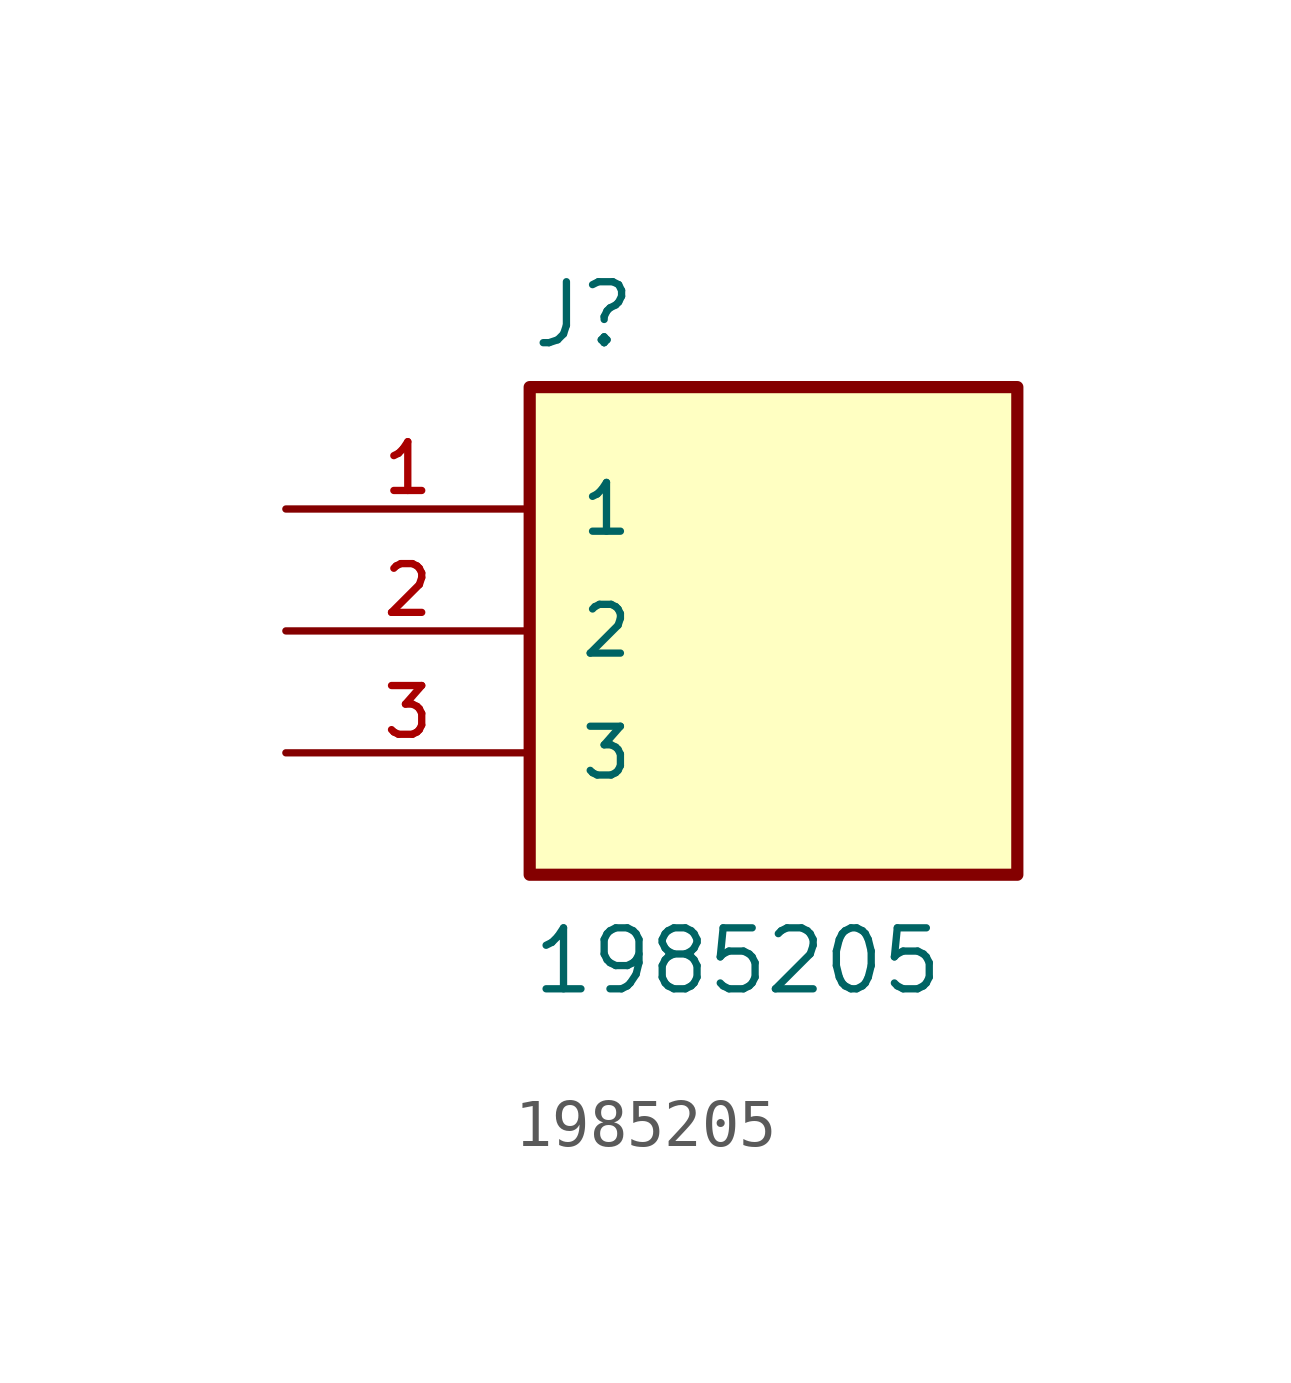
<source format=kicad_sym>
(kicad_symbol_lib
  (version 20211014)
  (generator kicad_symbol_editor)
  (symbol "1985205"
    (pin_names
      (offset 1.016))
    (property "Reference" "J"
      (at -5.08 5.842 0)
      (effects (font (size 1.27 1.27)) (justify bottom left)))
    (property "Value" "1985205"
      (at -5.08 -7.62 0)
      (effects (font (size 1.27 1.27)) (justify bottom left)))
    (symbol "1985205_0_0"
      (rectangle (start -5.08 -5.08) (end 5.08 5.08) (stroke (width 0.254)) (fill (type background)))
      (pin passive line (at -10.16 2.54 0) (length 5.08) (name "1" (effects (font (size 1.016 1.016)))) (number "1" (effects (font (size 1.016 1.016)))))
      (pin passive line (at -10.16 0.0 0) (length 5.08) (name "2" (effects (font (size 1.016 1.016)))) (number "2" (effects (font (size 1.016 1.016)))))
      (pin passive line (at -10.16 -2.54 0) (length 5.08) (name "3" (effects (font (size 1.016 1.016)))) (number "3" (effects (font (size 1.016 1.016))))))))
</source>
